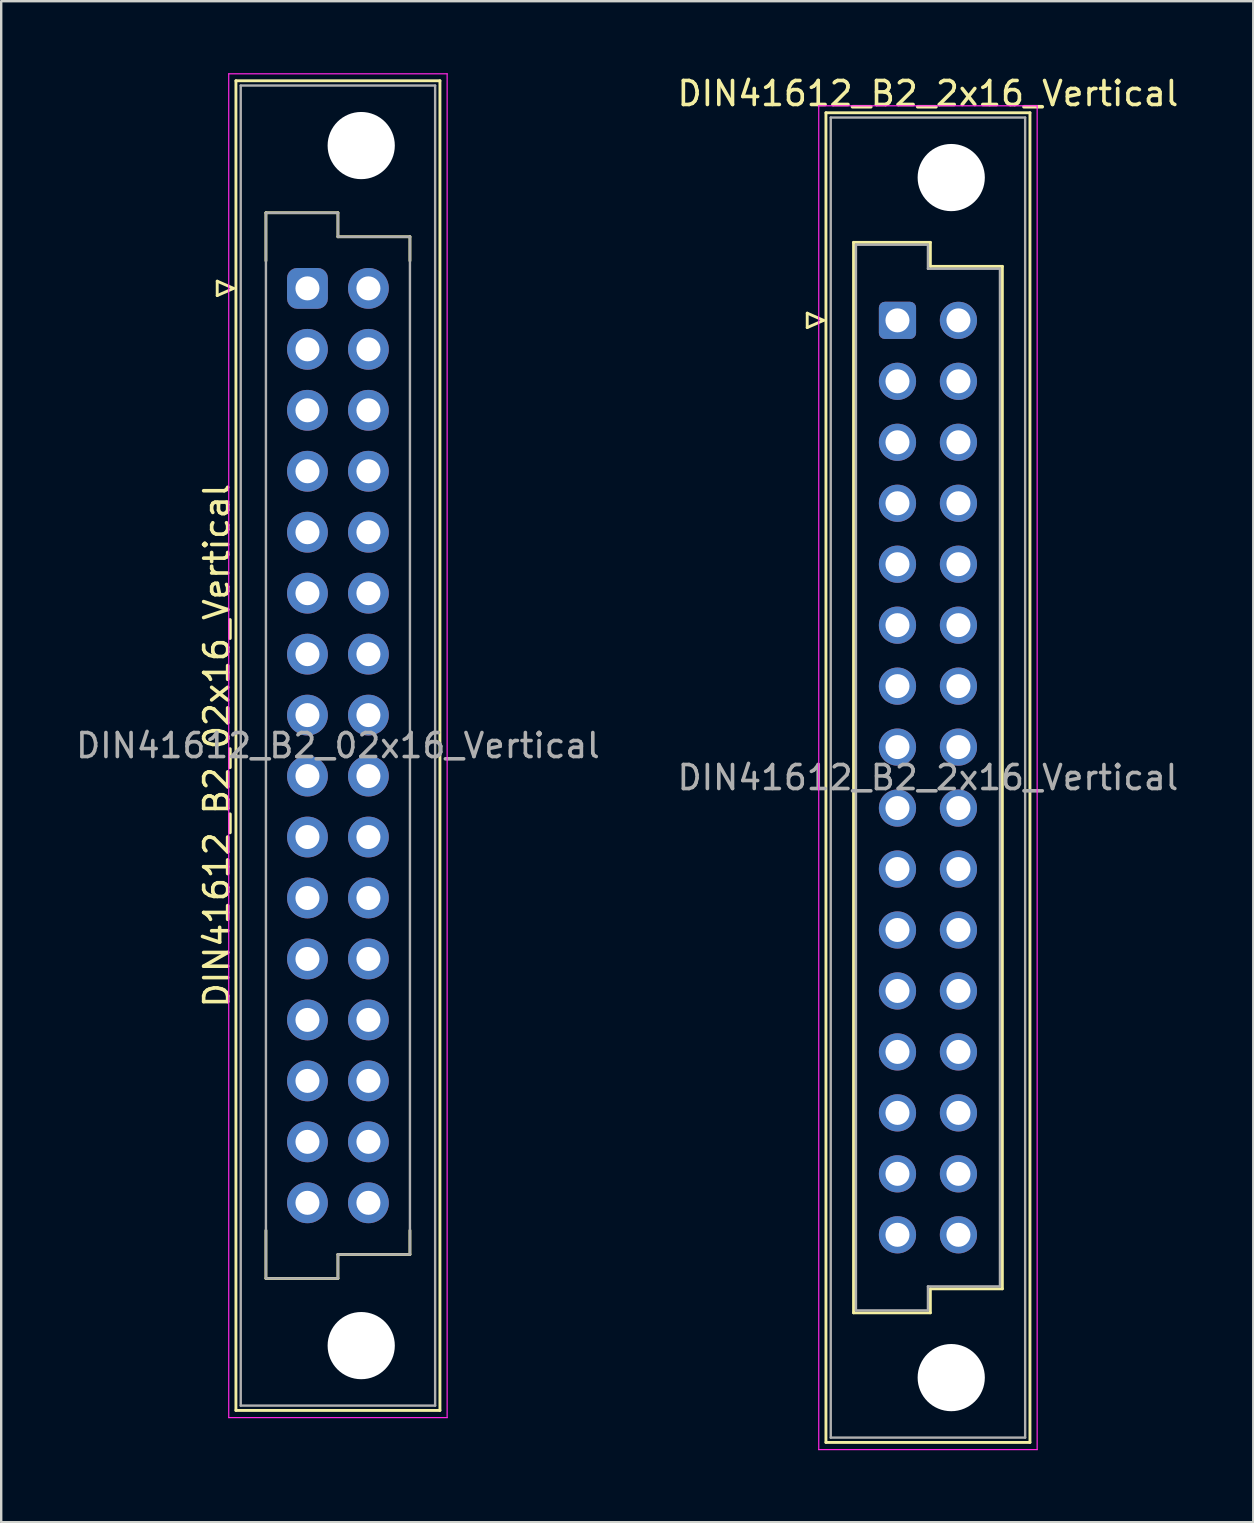
<source format=kicad_pcb>
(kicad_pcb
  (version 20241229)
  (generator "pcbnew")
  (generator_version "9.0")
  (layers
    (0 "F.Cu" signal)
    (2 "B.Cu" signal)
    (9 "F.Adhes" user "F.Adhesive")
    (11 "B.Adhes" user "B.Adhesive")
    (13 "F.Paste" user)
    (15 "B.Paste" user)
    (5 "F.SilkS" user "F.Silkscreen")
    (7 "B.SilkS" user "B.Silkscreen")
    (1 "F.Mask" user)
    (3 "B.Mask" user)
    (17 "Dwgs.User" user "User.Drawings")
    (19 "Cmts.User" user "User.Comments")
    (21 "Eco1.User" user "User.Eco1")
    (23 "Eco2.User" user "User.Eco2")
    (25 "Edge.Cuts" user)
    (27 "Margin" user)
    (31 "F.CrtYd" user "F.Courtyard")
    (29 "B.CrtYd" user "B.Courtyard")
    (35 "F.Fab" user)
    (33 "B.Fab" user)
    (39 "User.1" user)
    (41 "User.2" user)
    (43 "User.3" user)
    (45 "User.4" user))
  (footprint "DIN41612_B2_2x16_Vertical"
    (layer "F.Cu")
    (at 34.343 10.298)
    (property "Reference" "DIN41612_B2_2x16_Vertical" (at 1.27 -9.45 0) (layer "F.SilkS") (effects (font (size 1 1) (thickness 0.15))))
    (attr through_hole)
    (fp_line (start -3.76 -0.3) (end -3.76 0.3) (stroke (width 0.12) (type solid)) (layer "F.SilkS"))
    (fp_line (start -3.76 0.3) (end -3.08 0) (stroke (width 0.12) (type solid)) (layer "F.SilkS"))
    (fp_line (start -3.08 0) (end -3.76 -0.3) (stroke (width 0.12) (type solid)) (layer "F.SilkS"))
    (fp_line (start -2.98 -8.65) (end 5.52 -8.65) (stroke (width 0.12) (type solid)) (layer "F.SilkS"))
    (fp_line (start -2.98 46.75) (end -2.98 -8.65) (stroke (width 0.12) (type solid)) (layer "F.SilkS"))
    (fp_line (start -1.83 -3.25) (end 1.37 -3.25) (stroke (width 0.12) (type solid)) (layer "F.SilkS"))
    (fp_line (start -1.83 41.35) (end -1.83 -3.25) (stroke (width 0.12) (type solid)) (layer "F.SilkS"))
    (fp_line (start 1.37 -3.25) (end 1.37 -2.25) (stroke (width 0.12) (type solid)) (layer "F.SilkS"))
    (fp_line (start 1.37 -2.25) (end 4.37 -2.25) (stroke (width 0.12) (type solid)) (layer "F.SilkS"))
    (fp_line (start 1.37 40.35) (end 1.37 41.35) (stroke (width 0.12) (type solid)) (layer "F.SilkS"))
    (fp_line (start 1.37 41.35) (end -1.83 41.35) (stroke (width 0.12) (type solid)) (layer "F.SilkS"))
    (fp_line (start 4.37 -2.25) (end 4.37 40.35) (stroke (width 0.12) (type solid)) (layer "F.SilkS"))
    (fp_line (start 4.37 40.35) (end 1.37 40.35) (stroke (width 0.12) (type solid)) (layer "F.SilkS"))
    (fp_line (start 5.52 -8.65) (end 5.52 46.75) (stroke (width 0.12) (type solid)) (layer "F.SilkS"))
    (fp_line (start 5.52 46.75) (end -2.98 46.75) (stroke (width 0.12) (type solid)) (layer "F.SilkS"))
    (fp_line (start -3.28 -8.94) (end 5.82 -8.94) (stroke (width 0.05) (type solid)) (layer "F.CrtYd"))
    (fp_line (start -3.28 47.05) (end -3.28 -8.94) (stroke (width 0.05) (type solid)) (layer "F.CrtYd"))
    (fp_line (start 5.82 -8.94) (end 5.82 47.05) (stroke (width 0.05) (type solid)) (layer "F.CrtYd"))
    (fp_line (start 5.82 47.05) (end -3.28 47.05) (stroke (width 0.05) (type solid)) (layer "F.CrtYd"))
    (fp_line (start -2.78 -8.45) (end 5.32 -8.45) (stroke (width 0.1) (type solid)) (layer "F.Fab"))
    (fp_line (start -2.78 46.55) (end -2.78 -8.45) (stroke (width 0.1) (type solid)) (layer "F.Fab"))
    (fp_line (start -1.73 -3.15) (end 1.27 -3.15) (stroke (width 0.1) (type solid)) (layer "F.Fab"))
    (fp_line (start -1.73 41.25) (end -1.73 -3.15) (stroke (width 0.1) (type solid)) (layer "F.Fab"))
    (fp_line (start 1.27 -3.15) (end 1.27 -2.15) (stroke (width 0.1) (type solid)) (layer "F.Fab"))
    (fp_line (start 1.27 -2.15) (end 4.27 -2.15) (stroke (width 0.1) (type solid)) (layer "F.Fab"))
    (fp_line (start 1.27 40.25) (end 1.27 41.25) (stroke (width 0.1) (type solid)) (layer "F.Fab"))
    (fp_line (start 1.27 41.25) (end -1.73 41.25) (stroke (width 0.1) (type solid)) (layer "F.Fab"))
    (fp_line (start 4.27 -2.15) (end 4.27 40.25) (stroke (width 0.1) (type solid)) (layer "F.Fab"))
    (fp_line (start 4.27 40.25) (end 1.27 40.25) (stroke (width 0.1) (type solid)) (layer "F.Fab"))
    (fp_line (start 5.32 -8.45) (end 5.32 46.55) (stroke (width 0.1) (type solid)) (layer "F.Fab"))
    (fp_line (start 5.32 46.55) (end -2.78 46.55) (stroke (width 0.1) (type solid)) (layer "F.Fab"))
    (fp_text user "${REFERENCE}" (at 1.27 19.05 0) (layer "F.Fab") (effects (font (size 1 1) (thickness 0.15))))
    (pad "" np_thru_hole circle (at 2.24 -5.95) (size 2.8 2.8) (drill 2.8) (layers "*.Cu" "*.Mask"))
    (pad "" np_thru_hole circle (at 2.24 44.05) (size 2.8 2.8) (drill 2.8) (layers "*.Cu" "*.Mask"))
    (pad "a1" thru_hole roundrect (at 0 0) (size 1.55 1.55) (drill 1) (layers "*.Cu" "*.Mask") (roundrect_rratio 0.161))
    (pad "a2" thru_hole circle (at 0 2.54) (size 1.55 1.55) (drill 1) (layers "*.Cu" "*.Mask"))
    (pad "a3" thru_hole circle (at 0 5.08) (size 1.55 1.55) (drill 1) (layers "*.Cu" "*.Mask"))
    (pad "a4" thru_hole circle (at 0 7.62) (size 1.55 1.55) (drill 1) (layers "*.Cu" "*.Mask"))
    (pad "a5" thru_hole circle (at 0 10.16) (size 1.55 1.55) (drill 1) (layers "*.Cu" "*.Mask"))
    (pad "a6" thru_hole circle (at 0 12.7) (size 1.55 1.55) (drill 1) (layers "*.Cu" "*.Mask"))
    (pad "a7" thru_hole circle (at 0 15.24) (size 1.55 1.55) (drill 1) (layers "*.Cu" "*.Mask"))
    (pad "a8" thru_hole circle (at 0 17.78) (size 1.55 1.55) (drill 1) (layers "*.Cu" "*.Mask"))
    (pad "a9" thru_hole circle (at 0 20.32) (size 1.55 1.55) (drill 1) (layers "*.Cu" "*.Mask"))
    (pad "a10" thru_hole circle (at 0 22.86) (size 1.55 1.55) (drill 1) (layers "*.Cu" "*.Mask"))
    (pad "a11" thru_hole circle (at 0 25.4) (size 1.55 1.55) (drill 1) (layers "*.Cu" "*.Mask"))
    (pad "a12" thru_hole circle (at 0 27.94) (size 1.55 1.55) (drill 1) (layers "*.Cu" "*.Mask"))
    (pad "a13" thru_hole circle (at 0 30.48) (size 1.55 1.55) (drill 1) (layers "*.Cu" "*.Mask"))
    (pad "a14" thru_hole circle (at 0 33.02) (size 1.55 1.55) (drill 1) (layers "*.Cu" "*.Mask"))
    (pad "a15" thru_hole circle (at 0 35.56) (size 1.55 1.55) (drill 1) (layers "*.Cu" "*.Mask"))
    (pad "a16" thru_hole circle (at 0 38.1) (size 1.55 1.55) (drill 1) (layers "*.Cu" "*.Mask"))
    (pad "b1" thru_hole circle (at 2.54 0) (size 1.55 1.55) (drill 1) (layers "*.Cu" "*.Mask"))
    (pad "b2" thru_hole circle (at 2.54 2.54) (size 1.55 1.55) (drill 1) (layers "*.Cu" "*.Mask"))
    (pad "b3" thru_hole circle (at 2.54 5.08) (size 1.55 1.55) (drill 1) (layers "*.Cu" "*.Mask"))
    (pad "b4" thru_hole circle (at 2.54 7.62) (size 1.55 1.55) (drill 1) (layers "*.Cu" "*.Mask"))
    (pad "b5" thru_hole circle (at 2.54 10.16) (size 1.55 1.55) (drill 1) (layers "*.Cu" "*.Mask"))
    (pad "b6" thru_hole circle (at 2.54 12.7) (size 1.55 1.55) (drill 1) (layers "*.Cu" "*.Mask"))
    (pad "b7" thru_hole circle (at 2.54 15.24) (size 1.55 1.55) (drill 1) (layers "*.Cu" "*.Mask"))
    (pad "b8" thru_hole circle (at 2.54 17.78) (size 1.55 1.55) (drill 1) (layers "*.Cu" "*.Mask"))
    (pad "b9" thru_hole circle (at 2.54 20.32) (size 1.55 1.55) (drill 1) (layers "*.Cu" "*.Mask"))
    (pad "b10" thru_hole circle (at 2.54 22.86) (size 1.55 1.55) (drill 1) (layers "*.Cu" "*.Mask"))
    (pad "b11" thru_hole circle (at 2.54 25.4) (size 1.55 1.55) (drill 1) (layers "*.Cu" "*.Mask"))
    (pad "b12" thru_hole circle (at 2.54 27.94) (size 1.55 1.55) (drill 1) (layers "*.Cu" "*.Mask"))
    (pad "b13" thru_hole circle (at 2.54 30.48) (size 1.55 1.55) (drill 1) (layers "*.Cu" "*.Mask"))
    (pad "b14" thru_hole circle (at 2.54 33.02) (size 1.55 1.55) (drill 1) (layers "*.Cu" "*.Mask"))
    (pad "b15" thru_hole circle (at 2.54 35.56) (size 1.55 1.55) (drill 1) (layers "*.Cu" "*.Mask"))
    (pad "b16" thru_hole circle (at 2.54 38.1) (size 1.55 1.55) (drill 1) (layers "*.Cu" "*.Mask")))
  (footprint "DIN41612_B2_02x16_Vertical"
    (layer "F.Cu")
    (at 9.76 8.965)
    (property "Reference" "DIN41612_B2_02x16_Vertical" (at -3.78 19.05 90) (layer "F.SilkS") (effects (font (size 1 1) (thickness 0.15))))
    (attr through_hole)
    (fp_line (start -3.76 -0.3) (end -3.76 0.3) (stroke (width 0.12) (type solid)) (layer "F.SilkS"))
    (fp_line (start -3.76 0.3) (end -3.08 0) (stroke (width 0.12) (type solid)) (layer "F.SilkS"))
    (fp_line (start -3.08 0) (end -3.76 -0.3) (stroke (width 0.12) (type solid)) (layer "F.SilkS"))
    (fp_line (start -2.98 -8.65) (end 5.52 -8.65) (stroke (width 0.12) (type solid)) (layer "F.SilkS"))
    (fp_line (start -2.98 46.75) (end -2.98 -8.65) (stroke (width 0.12) (type solid)) (layer "F.SilkS"))
    (fp_line (start -1.73 -3.15) (end 1.27 -3.15) (stroke (width 0.12) (type solid)) (layer "F.SilkS"))
    (fp_line (start -1.73 -1.15) (end -1.73 -3.15) (stroke (width 0.12) (type solid)) (layer "F.SilkS"))
    (fp_line (start -1.73 39.25) (end -1.73 41.25) (stroke (width 0.12) (type solid)) (layer "F.SilkS"))
    (fp_line (start -1.73 41.25) (end 1.27 41.25) (stroke (width 0.12) (type solid)) (layer "F.SilkS"))
    (fp_line (start 1.27 -3.15) (end 1.27 -2.15) (stroke (width 0.12) (type solid)) (layer "F.SilkS"))
    (fp_line (start 1.27 -2.15) (end 4.27 -2.15) (stroke (width 0.12) (type solid)) (layer "F.SilkS"))
    (fp_line (start 1.27 40.25) (end 4.27 40.25) (stroke (width 0.12) (type solid)) (layer "F.SilkS"))
    (fp_line (start 1.27 41.25) (end 1.27 40.25) (stroke (width 0.12) (type solid)) (layer "F.SilkS"))
    (fp_line (start 4.27 -2.15) (end 4.27 -1.15) (stroke (width 0.12) (type solid)) (layer "F.SilkS"))
    (fp_line (start 4.27 40.25) (end 4.27 39.25) (stroke (width 0.12) (type solid)) (layer "F.SilkS"))
    (fp_line (start 5.52 -8.65) (end 5.52 46.75) (stroke (width 0.12) (type solid)) (layer "F.SilkS"))
    (fp_line (start 5.52 46.75) (end -2.98 46.75) (stroke (width 0.12) (type solid)) (layer "F.SilkS"))
    (fp_line (start -3.28 -8.94) (end 5.82 -8.94) (stroke (width 0.05) (type solid)) (layer "F.CrtYd"))
    (fp_line (start -3.28 47.05) (end -3.28 -8.94) (stroke (width 0.05) (type solid)) (layer "F.CrtYd"))
    (fp_line (start 5.82 -8.94) (end 5.82 47.05) (stroke (width 0.05) (type solid)) (layer "F.CrtYd"))
    (fp_line (start 5.82 47.05) (end -3.28 47.05) (stroke (width 0.05) (type solid)) (layer "F.CrtYd"))
    (fp_line (start -2.78 -8.45) (end 5.32 -8.45) (stroke (width 0.1) (type solid)) (layer "F.Fab"))
    (fp_line (start -2.78 46.55) (end -2.78 -8.45) (stroke (width 0.1) (type solid)) (layer "F.Fab"))
    (fp_line (start -1.73 -3.15) (end 1.27 -3.15) (stroke (width 0.1) (type solid)) (layer "F.Fab"))
    (fp_line (start -1.73 41.25) (end -1.73 -3.15) (stroke (width 0.1) (type solid)) (layer "F.Fab"))
    (fp_line (start 1.27 -3.15) (end 1.27 -2.15) (stroke (width 0.1) (type solid)) (layer "F.Fab"))
    (fp_line (start 1.27 -2.15) (end 4.27 -2.15) (stroke (width 0.1) (type solid)) (layer "F.Fab"))
    (fp_line (start 1.27 40.25) (end 1.27 41.25) (stroke (width 0.1) (type solid)) (layer "F.Fab"))
    (fp_line (start 1.27 41.25) (end -1.73 41.25) (stroke (width 0.1) (type solid)) (layer "F.Fab"))
    (fp_line (start 4.27 -2.15) (end 4.27 40.25) (stroke (width 0.1) (type solid)) (layer "F.Fab"))
    (fp_line (start 4.27 40.25) (end 1.27 40.25) (stroke (width 0.1) (type solid)) (layer "F.Fab"))
    (fp_line (start 5.32 -8.45) (end 5.32 46.55) (stroke (width 0.1) (type solid)) (layer "F.Fab"))
    (fp_line (start 5.32 46.55) (end -2.78 46.55) (stroke (width 0.1) (type solid)) (layer "F.Fab"))
    (fp_text user "${REFERENCE}" (at 1.27 19.05 0) (layer "F.Fab") (effects (font (size 1 1) (thickness 0.15))))
    (pad "" np_thru_hole circle (at 2.24 -5.95) (size 2.8 2.8) (drill 2.8) (layers "*.Cu" "*.Mask"))
    (pad "" np_thru_hole circle (at 2.24 44.05) (size 2.8 2.8) (drill 2.8) (layers "*.Cu" "*.Mask"))
    (pad "a1" thru_hole roundrect (at 0 0) (size 1.7 1.7) (drill 1) (layers "*.Cu" "*.Mask") (roundrect_rratio 0.25))
    (pad "a2" thru_hole circle (at 0 2.54) (size 1.7 1.7) (drill 1) (layers "*.Cu" "*.Mask"))
    (pad "a3" thru_hole circle (at 0 5.08) (size 1.7 1.7) (drill 1) (layers "*.Cu" "*.Mask"))
    (pad "a4" thru_hole circle (at 0 7.62) (size 1.7 1.7) (drill 1) (layers "*.Cu" "*.Mask"))
    (pad "a5" thru_hole circle (at 0 10.16) (size 1.7 1.7) (drill 1) (layers "*.Cu" "*.Mask"))
    (pad "a6" thru_hole circle (at 0 12.7) (size 1.7 1.7) (drill 1) (layers "*.Cu" "*.Mask"))
    (pad "a7" thru_hole circle (at 0 15.24) (size 1.7 1.7) (drill 1) (layers "*.Cu" "*.Mask"))
    (pad "a8" thru_hole circle (at 0 17.78) (size 1.7 1.7) (drill 1) (layers "*.Cu" "*.Mask"))
    (pad "a9" thru_hole circle (at 0 20.32) (size 1.7 1.7) (drill 1) (layers "*.Cu" "*.Mask"))
    (pad "a10" thru_hole circle (at 0 22.86) (size 1.7 1.7) (drill 1) (layers "*.Cu" "*.Mask"))
    (pad "a11" thru_hole circle (at 0 25.4) (size 1.7 1.7) (drill 1) (layers "*.Cu" "*.Mask"))
    (pad "a12" thru_hole circle (at 0 27.94) (size 1.7 1.7) (drill 1) (layers "*.Cu" "*.Mask"))
    (pad "a13" thru_hole circle (at 0 30.48) (size 1.7 1.7) (drill 1) (layers "*.Cu" "*.Mask"))
    (pad "a14" thru_hole circle (at 0 33.02) (size 1.7 1.7) (drill 1) (layers "*.Cu" "*.Mask"))
    (pad "a15" thru_hole circle (at 0 35.56) (size 1.7 1.7) (drill 1) (layers "*.Cu" "*.Mask"))
    (pad "a16" thru_hole circle (at 0 38.1) (size 1.7 1.7) (drill 1) (layers "*.Cu" "*.Mask"))
    (pad "b1" thru_hole circle (at 2.54 0) (size 1.7 1.7) (drill 1) (layers "*.Cu" "*.Mask"))
    (pad "b2" thru_hole circle (at 2.54 2.54) (size 1.7 1.7) (drill 1) (layers "*.Cu" "*.Mask"))
    (pad "b3" thru_hole circle (at 2.54 5.08) (size 1.7 1.7) (drill 1) (layers "*.Cu" "*.Mask"))
    (pad "b4" thru_hole circle (at 2.54 7.62) (size 1.7 1.7) (drill 1) (layers "*.Cu" "*.Mask"))
    (pad "b5" thru_hole circle (at 2.54 10.16) (size 1.7 1.7) (drill 1) (layers "*.Cu" "*.Mask"))
    (pad "b6" thru_hole circle (at 2.54 12.7) (size 1.7 1.7) (drill 1) (layers "*.Cu" "*.Mask"))
    (pad "b7" thru_hole circle (at 2.54 15.24) (size 1.7 1.7) (drill 1) (layers "*.Cu" "*.Mask"))
    (pad "b8" thru_hole circle (at 2.54 17.78) (size 1.7 1.7) (drill 1) (layers "*.Cu" "*.Mask"))
    (pad "b9" thru_hole circle (at 2.54 20.32) (size 1.7 1.7) (drill 1) (layers "*.Cu" "*.Mask"))
    (pad "b10" thru_hole circle (at 2.54 22.86) (size 1.7 1.7) (drill 1) (layers "*.Cu" "*.Mask"))
    (pad "b11" thru_hole circle (at 2.54 25.4) (size 1.7 1.7) (drill 1) (layers "*.Cu" "*.Mask"))
    (pad "b12" thru_hole circle (at 2.54 27.94) (size 1.7 1.7) (drill 1) (layers "*.Cu" "*.Mask"))
    (pad "b13" thru_hole circle (at 2.54 30.48) (size 1.7 1.7) (drill 1) (layers "*.Cu" "*.Mask"))
    (pad "b14" thru_hole circle (at 2.54 33.02) (size 1.7 1.7) (drill 1) (layers "*.Cu" "*.Mask"))
    (pad "b15" thru_hole circle (at 2.54 35.56) (size 1.7 1.7) (drill 1) (layers "*.Cu" "*.Mask"))
    (pad "b16" thru_hole circle (at 2.54 38.1) (size 1.7 1.7) (drill 1) (layers "*.Cu" "*.Mask")))
  (gr_rect
    (start -3 -3)
    (end 49.167 60.373)
    (stroke (width 0.1) (type default))
    (fill no)
    (layer "Edge.Cuts")))
</source>
